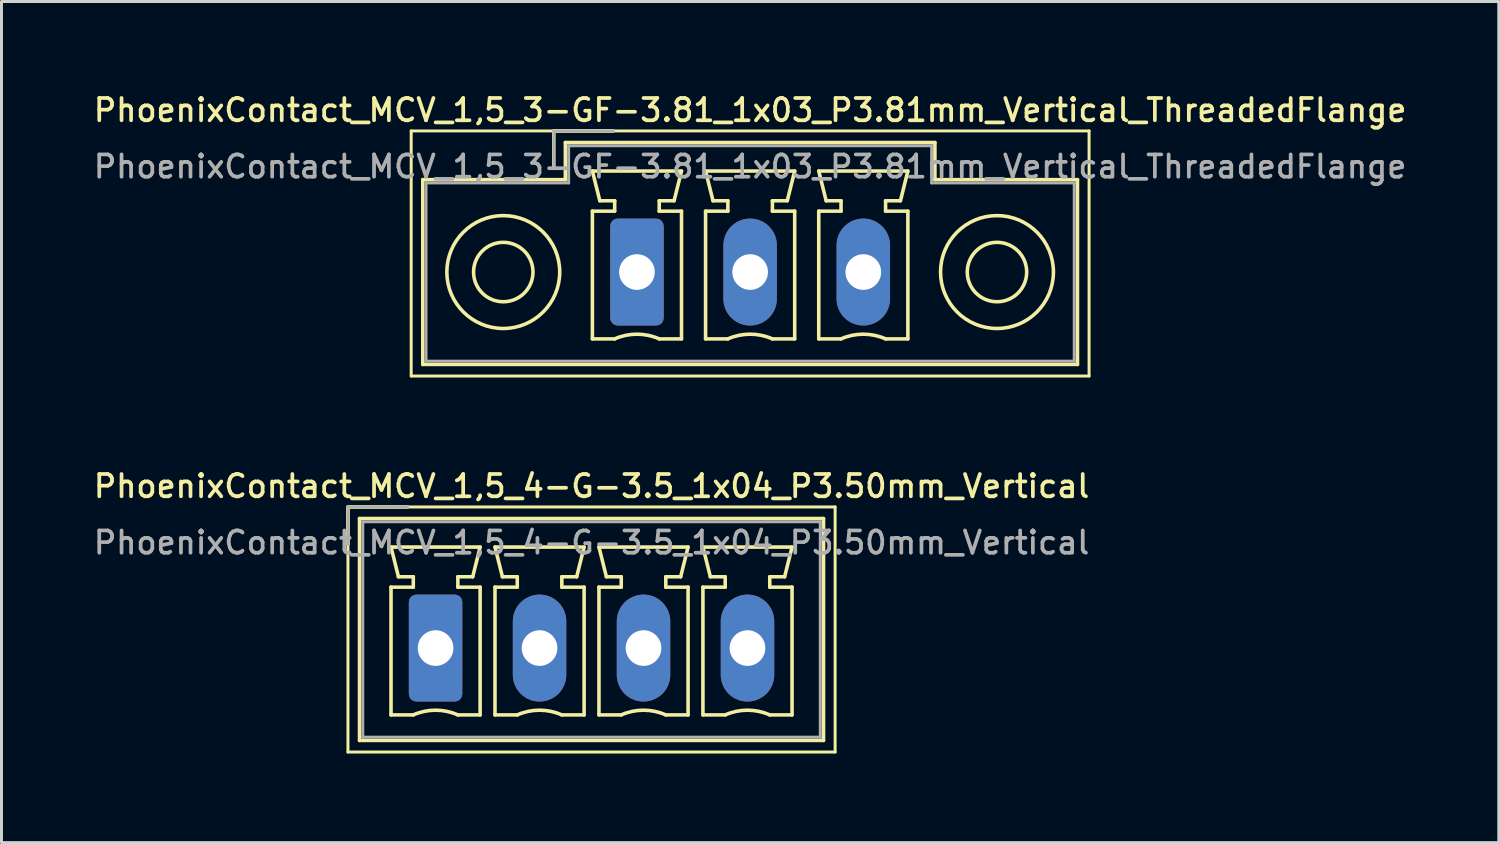
<source format=kicad_pcb>
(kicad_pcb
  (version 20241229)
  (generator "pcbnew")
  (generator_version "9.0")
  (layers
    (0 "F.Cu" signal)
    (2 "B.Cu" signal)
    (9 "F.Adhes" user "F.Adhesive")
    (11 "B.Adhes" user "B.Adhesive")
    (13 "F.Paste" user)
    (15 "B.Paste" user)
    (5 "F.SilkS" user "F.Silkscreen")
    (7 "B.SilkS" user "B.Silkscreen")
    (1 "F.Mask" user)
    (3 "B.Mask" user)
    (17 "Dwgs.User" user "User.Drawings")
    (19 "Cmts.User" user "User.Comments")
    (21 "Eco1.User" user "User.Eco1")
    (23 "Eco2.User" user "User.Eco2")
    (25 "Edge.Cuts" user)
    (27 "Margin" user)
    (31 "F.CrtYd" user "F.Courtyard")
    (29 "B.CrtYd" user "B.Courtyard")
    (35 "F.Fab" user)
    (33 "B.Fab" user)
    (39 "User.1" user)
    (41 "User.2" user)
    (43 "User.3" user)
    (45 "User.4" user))
  (footprint "PhoenixContact_MCV_1,5_3-GF-3.81_1x03_P3.81mm_Vertical_ThreadedFlange"
    (layer "F.Cu")
    (at 18.392 6.108)
    (property "Reference" "PhoenixContact_MCV_1,5_3-GF-3.81_1x03_P3.81mm_Vertical_ThreadedFlange" (at 3.81 -5.45 0) (layer "F.SilkS") (effects (font (size 0.75 0.75) (thickness 0.125))))
    (attr through_hole)
    (fp_line (start -7.6 -4.75) (end -7.6 3.5) (stroke (width 0.1) (type solid)) (layer "F.SilkS"))
    (fp_line (start -7.6 3.5) (end 15.22 3.5) (stroke (width 0.1) (type solid)) (layer "F.SilkS"))
    (fp_line (start -7.21 -3.11) (end -7.21 3.11) (stroke (width 0.12) (type solid)) (layer "F.SilkS"))
    (fp_line (start -7.21 3.11) (end 14.83 3.11) (stroke (width 0.12) (type solid)) (layer "F.SilkS"))
    (fp_line (start -2.8 -4.75) (end -0.8 -4.75) (stroke (width 0.12) (type solid)) (layer "F.SilkS"))
    (fp_line (start -2.8 -3.5) (end -2.8 -4.75) (stroke (width 0.12) (type solid)) (layer "F.SilkS"))
    (fp_line (start -2.41 -4.36) (end -2.41 -3.11) (stroke (width 0.12) (type solid)) (layer "F.SilkS"))
    (fp_line (start -2.41 -3.11) (end -7.21 -3.11) (stroke (width 0.12) (type solid)) (layer "F.SilkS"))
    (fp_line (start -1.5 -3.4) (end 1.5 -3.4) (stroke (width 0.12) (type solid)) (layer "F.SilkS"))
    (fp_line (start -1.5 -2.05) (end -0.75 -2.05) (stroke (width 0.12) (type solid)) (layer "F.SilkS"))
    (fp_line (start -1.5 2.25) (end -1.5 -2.05) (stroke (width 0.12) (type solid)) (layer "F.SilkS"))
    (fp_line (start -1.25 -2.4) (end -1.5 -3.4) (stroke (width 0.12) (type solid)) (layer "F.SilkS"))
    (fp_line (start -0.75 -2.4) (end -1.25 -2.4) (stroke (width 0.12) (type solid)) (layer "F.SilkS"))
    (fp_line (start -0.75 -2.05) (end -0.75 -2.4) (stroke (width 0.12) (type solid)) (layer "F.SilkS"))
    (fp_line (start -0.75 2.25) (end -1.5 2.25) (stroke (width 0.12) (type solid)) (layer "F.SilkS"))
    (fp_line (start 0.75 -2.4) (end 0.75 -2.05) (stroke (width 0.12) (type solid)) (layer "F.SilkS"))
    (fp_line (start 0.75 -2.05) (end 1.5 -2.05) (stroke (width 0.12) (type solid)) (layer "F.SilkS"))
    (fp_line (start 1.25 -2.4) (end 0.75 -2.4) (stroke (width 0.12) (type solid)) (layer "F.SilkS"))
    (fp_line (start 1.5 -3.4) (end 1.25 -2.4) (stroke (width 0.12) (type solid)) (layer "F.SilkS"))
    (fp_line (start 1.5 -2.05) (end 1.5 2.25) (stroke (width 0.12) (type solid)) (layer "F.SilkS"))
    (fp_line (start 1.5 2.25) (end 0.75 2.25) (stroke (width 0.12) (type solid)) (layer "F.SilkS"))
    (fp_line (start 2.31 -3.4) (end 5.31 -3.4) (stroke (width 0.12) (type solid)) (layer "F.SilkS"))
    (fp_line (start 2.31 -2.05) (end 3.06 -2.05) (stroke (width 0.12) (type solid)) (layer "F.SilkS"))
    (fp_line (start 2.31 2.25) (end 2.31 -2.05) (stroke (width 0.12) (type solid)) (layer "F.SilkS"))
    (fp_line (start 2.56 -2.4) (end 2.31 -3.4) (stroke (width 0.12) (type solid)) (layer "F.SilkS"))
    (fp_line (start 3.06 -2.4) (end 2.56 -2.4) (stroke (width 0.12) (type solid)) (layer "F.SilkS"))
    (fp_line (start 3.06 -2.05) (end 3.06 -2.4) (stroke (width 0.12) (type solid)) (layer "F.SilkS"))
    (fp_line (start 3.06 2.25) (end 2.31 2.25) (stroke (width 0.12) (type solid)) (layer "F.SilkS"))
    (fp_line (start 4.56 -2.4) (end 4.56 -2.05) (stroke (width 0.12) (type solid)) (layer "F.SilkS"))
    (fp_line (start 4.56 -2.05) (end 5.31 -2.05) (stroke (width 0.12) (type solid)) (layer "F.SilkS"))
    (fp_line (start 5.06 -2.4) (end 4.56 -2.4) (stroke (width 0.12) (type solid)) (layer "F.SilkS"))
    (fp_line (start 5.31 -3.4) (end 5.06 -2.4) (stroke (width 0.12) (type solid)) (layer "F.SilkS"))
    (fp_line (start 5.31 -2.05) (end 5.31 2.25) (stroke (width 0.12) (type solid)) (layer "F.SilkS"))
    (fp_line (start 5.31 2.25) (end 4.56 2.25) (stroke (width 0.12) (type solid)) (layer "F.SilkS"))
    (fp_line (start 6.12 -3.4) (end 9.12 -3.4) (stroke (width 0.12) (type solid)) (layer "F.SilkS"))
    (fp_line (start 6.12 -2.05) (end 6.87 -2.05) (stroke (width 0.12) (type solid)) (layer "F.SilkS"))
    (fp_line (start 6.12 2.25) (end 6.12 -2.05) (stroke (width 0.12) (type solid)) (layer "F.SilkS"))
    (fp_line (start 6.37 -2.4) (end 6.12 -3.4) (stroke (width 0.12) (type solid)) (layer "F.SilkS"))
    (fp_line (start 6.87 -2.4) (end 6.37 -2.4) (stroke (width 0.12) (type solid)) (layer "F.SilkS"))
    (fp_line (start 6.87 -2.05) (end 6.87 -2.4) (stroke (width 0.12) (type solid)) (layer "F.SilkS"))
    (fp_line (start 6.87 2.25) (end 6.12 2.25) (stroke (width 0.12) (type solid)) (layer "F.SilkS"))
    (fp_line (start 8.37 -2.4) (end 8.37 -2.05) (stroke (width 0.12) (type solid)) (layer "F.SilkS"))
    (fp_line (start 8.37 -2.05) (end 9.12 -2.05) (stroke (width 0.12) (type solid)) (layer "F.SilkS"))
    (fp_line (start 8.87 -2.4) (end 8.37 -2.4) (stroke (width 0.12) (type solid)) (layer "F.SilkS"))
    (fp_line (start 9.12 -3.4) (end 8.87 -2.4) (stroke (width 0.12) (type solid)) (layer "F.SilkS"))
    (fp_line (start 9.12 -2.05) (end 9.12 2.25) (stroke (width 0.12) (type solid)) (layer "F.SilkS"))
    (fp_line (start 9.12 2.25) (end 8.37 2.25) (stroke (width 0.12) (type solid)) (layer "F.SilkS"))
    (fp_line (start 10.03 -4.36) (end -2.41 -4.36) (stroke (width 0.12) (type solid)) (layer "F.SilkS"))
    (fp_line (start 10.03 -3.11) (end 10.03 -4.36) (stroke (width 0.12) (type solid)) (layer "F.SilkS"))
    (fp_line (start 14.83 -3.11) (end 10.03 -3.11) (stroke (width 0.12) (type solid)) (layer "F.SilkS"))
    (fp_line (start 14.83 3.11) (end 14.83 -3.11) (stroke (width 0.12) (type solid)) (layer "F.SilkS"))
    (fp_line (start 15.22 -4.75) (end -7.6 -4.75) (stroke (width 0.1) (type solid)) (layer "F.SilkS"))
    (fp_line (start 15.22 3.5) (end 15.22 -4.75) (stroke (width 0.1) (type solid)) (layer "F.SilkS"))
    (fp_arc (start -0.75 2.25) (mid -0.000193 2.09191) (end 0.749647 2.249844) (stroke (width 0.12) (type solid)) (layer "F.SilkS"))
    (fp_arc (start 3.06 2.25) (mid 3.809807 2.09191) (end 4.559647 2.249844) (stroke (width 0.12) (type solid)) (layer "F.SilkS"))
    (fp_arc (start 6.87 2.25) (mid 7.619807 2.09191) (end 8.369647 2.249844) (stroke (width 0.12) (type solid)) (layer "F.SilkS"))
    (fp_circle (center -4.5 0) (end -3.5 0) (stroke (width 0.12) (type solid)) (fill no) (layer "F.SilkS"))
    (fp_circle (center -4.5 0) (end -2.6 0) (stroke (width 0.12) (type solid)) (fill no) (layer "F.SilkS"))
    (fp_circle (center 12.12 0) (end 13.12 0) (stroke (width 0.12) (type solid)) (fill no) (layer "F.SilkS"))
    (fp_circle (center 12.12 0) (end 14.02 0) (stroke (width 0.12) (type solid)) (fill no) (layer "F.SilkS"))
    (fp_line (start -7.1 -3) (end -7.1 3) (stroke (width 0.1) (type solid)) (layer "F.Fab"))
    (fp_line (start -7.1 3) (end 14.72 3) (stroke (width 0.1) (type solid)) (layer "F.Fab"))
    (fp_line (start -2.8 -4.75) (end -0.8 -4.75) (stroke (width 0.1) (type solid)) (layer "F.Fab"))
    (fp_line (start -2.8 -3.5) (end -2.8 -4.75) (stroke (width 0.1) (type solid)) (layer "F.Fab"))
    (fp_line (start -2.3 -4.25) (end -2.3 -3) (stroke (width 0.1) (type solid)) (layer "F.Fab"))
    (fp_line (start -2.3 -3) (end -7.1 -3) (stroke (width 0.1) (type solid)) (layer "F.Fab"))
    (fp_line (start 9.92 -4.25) (end -2.3 -4.25) (stroke (width 0.1) (type solid)) (layer "F.Fab"))
    (fp_line (start 9.92 -3) (end 9.92 -4.25) (stroke (width 0.1) (type solid)) (layer "F.Fab"))
    (fp_line (start 14.72 -3) (end 9.92 -3) (stroke (width 0.1) (type solid)) (layer "F.Fab"))
    (fp_line (start 14.72 3) (end 14.72 -3) (stroke (width 0.1) (type solid)) (layer "F.Fab"))
    (fp_text user "${REFERENCE}" (at 3.81 -3.55 0) (layer "F.Fab") (effects (font (size 0.75 0.75) (thickness 0.125))))
    (pad "1" thru_hole roundrect (at 0 0) (size 1.8 3.6) (drill 1.2) (layers "*.Cu" "*.Mask") (roundrect_rratio 0.139))
    (pad "2" thru_hole oval (at 3.81 0) (size 1.8 3.6) (drill 1.2) (layers "*.Cu" "*.Mask"))
    (pad "3" thru_hole oval (at 7.62 0) (size 1.8 3.6) (drill 1.2) (layers "*.Cu" "*.Mask")))
  (footprint "PhoenixContact_MCV_1,5_4-G-3.5_1x04_P3.50mm_Vertical"
    (layer "F.Cu")
    (at 11.613 18.766)
    (property "Reference" "PhoenixContact_MCV_1,5_4-G-3.5_1x04_P3.50mm_Vertical" (at 5.25 -5.45 0) (layer "F.SilkS") (effects (font (size 0.75 0.75) (thickness 0.125))))
    (attr through_hole)
    (fp_line (start -2.95 -4.75) (end -2.95 3.5) (stroke (width 0.1) (type solid)) (layer "F.SilkS"))
    (fp_line (start -2.95 -4.75) (end -0.95 -4.75) (stroke (width 0.12) (type solid)) (layer "F.SilkS"))
    (fp_line (start -2.95 -3.5) (end -2.95 -4.75) (stroke (width 0.12) (type solid)) (layer "F.SilkS"))
    (fp_line (start -2.95 3.5) (end 13.45 3.5) (stroke (width 0.1) (type solid)) (layer "F.SilkS"))
    (fp_line (start -2.56 -4.36) (end -2.56 3.11) (stroke (width 0.12) (type solid)) (layer "F.SilkS"))
    (fp_line (start -2.56 3.11) (end 13.06 3.11) (stroke (width 0.12) (type solid)) (layer "F.SilkS"))
    (fp_line (start -1.5 -3.4) (end 1.5 -3.4) (stroke (width 0.12) (type solid)) (layer "F.SilkS"))
    (fp_line (start -1.5 -2.05) (end -0.75 -2.05) (stroke (width 0.12) (type solid)) (layer "F.SilkS"))
    (fp_line (start -1.5 2.25) (end -1.5 -2.05) (stroke (width 0.12) (type solid)) (layer "F.SilkS"))
    (fp_line (start -1.25 -2.4) (end -1.5 -3.4) (stroke (width 0.12) (type solid)) (layer "F.SilkS"))
    (fp_line (start -0.75 -2.4) (end -1.25 -2.4) (stroke (width 0.12) (type solid)) (layer "F.SilkS"))
    (fp_line (start -0.75 -2.05) (end -0.75 -2.4) (stroke (width 0.12) (type solid)) (layer "F.SilkS"))
    (fp_line (start -0.75 2.25) (end -1.5 2.25) (stroke (width 0.12) (type solid)) (layer "F.SilkS"))
    (fp_line (start 0.75 -2.4) (end 0.75 -2.05) (stroke (width 0.12) (type solid)) (layer "F.SilkS"))
    (fp_line (start 0.75 -2.05) (end 1.5 -2.05) (stroke (width 0.12) (type solid)) (layer "F.SilkS"))
    (fp_line (start 1.25 -2.4) (end 0.75 -2.4) (stroke (width 0.12) (type solid)) (layer "F.SilkS"))
    (fp_line (start 1.5 -3.4) (end 1.25 -2.4) (stroke (width 0.12) (type solid)) (layer "F.SilkS"))
    (fp_line (start 1.5 -2.05) (end 1.5 2.25) (stroke (width 0.12) (type solid)) (layer "F.SilkS"))
    (fp_line (start 1.5 2.25) (end 0.75 2.25) (stroke (width 0.12) (type solid)) (layer "F.SilkS"))
    (fp_line (start 2 -3.4) (end 5 -3.4) (stroke (width 0.12) (type solid)) (layer "F.SilkS"))
    (fp_line (start 2 -2.05) (end 2.75 -2.05) (stroke (width 0.12) (type solid)) (layer "F.SilkS"))
    (fp_line (start 2 2.25) (end 2 -2.05) (stroke (width 0.12) (type solid)) (layer "F.SilkS"))
    (fp_line (start 2.25 -2.4) (end 2 -3.4) (stroke (width 0.12) (type solid)) (layer "F.SilkS"))
    (fp_line (start 2.75 -2.4) (end 2.25 -2.4) (stroke (width 0.12) (type solid)) (layer "F.SilkS"))
    (fp_line (start 2.75 -2.05) (end 2.75 -2.4) (stroke (width 0.12) (type solid)) (layer "F.SilkS"))
    (fp_line (start 2.75 2.25) (end 2 2.25) (stroke (width 0.12) (type solid)) (layer "F.SilkS"))
    (fp_line (start 4.25 -2.4) (end 4.25 -2.05) (stroke (width 0.12) (type solid)) (layer "F.SilkS"))
    (fp_line (start 4.25 -2.05) (end 5 -2.05) (stroke (width 0.12) (type solid)) (layer "F.SilkS"))
    (fp_line (start 4.75 -2.4) (end 4.25 -2.4) (stroke (width 0.12) (type solid)) (layer "F.SilkS"))
    (fp_line (start 5 -3.4) (end 4.75 -2.4) (stroke (width 0.12) (type solid)) (layer "F.SilkS"))
    (fp_line (start 5 -2.05) (end 5 2.25) (stroke (width 0.12) (type solid)) (layer "F.SilkS"))
    (fp_line (start 5 2.25) (end 4.25 2.25) (stroke (width 0.12) (type solid)) (layer "F.SilkS"))
    (fp_line (start 5.5 -3.4) (end 8.5 -3.4) (stroke (width 0.12) (type solid)) (layer "F.SilkS"))
    (fp_line (start 5.5 -2.05) (end 6.25 -2.05) (stroke (width 0.12) (type solid)) (layer "F.SilkS"))
    (fp_line (start 5.5 2.25) (end 5.5 -2.05) (stroke (width 0.12) (type solid)) (layer "F.SilkS"))
    (fp_line (start 5.75 -2.4) (end 5.5 -3.4) (stroke (width 0.12) (type solid)) (layer "F.SilkS"))
    (fp_line (start 6.25 -2.4) (end 5.75 -2.4) (stroke (width 0.12) (type solid)) (layer "F.SilkS"))
    (fp_line (start 6.25 -2.05) (end 6.25 -2.4) (stroke (width 0.12) (type solid)) (layer "F.SilkS"))
    (fp_line (start 6.25 2.25) (end 5.5 2.25) (stroke (width 0.12) (type solid)) (layer "F.SilkS"))
    (fp_line (start 7.75 -2.4) (end 7.75 -2.05) (stroke (width 0.12) (type solid)) (layer "F.SilkS"))
    (fp_line (start 7.75 -2.05) (end 8.5 -2.05) (stroke (width 0.12) (type solid)) (layer "F.SilkS"))
    (fp_line (start 8.25 -2.4) (end 7.75 -2.4) (stroke (width 0.12) (type solid)) (layer "F.SilkS"))
    (fp_line (start 8.5 -3.4) (end 8.25 -2.4) (stroke (width 0.12) (type solid)) (layer "F.SilkS"))
    (fp_line (start 8.5 -2.05) (end 8.5 2.25) (stroke (width 0.12) (type solid)) (layer "F.SilkS"))
    (fp_line (start 8.5 2.25) (end 7.75 2.25) (stroke (width 0.12) (type solid)) (layer "F.SilkS"))
    (fp_line (start 9 -3.4) (end 12 -3.4) (stroke (width 0.12) (type solid)) (layer "F.SilkS"))
    (fp_line (start 9 -2.05) (end 9.75 -2.05) (stroke (width 0.12) (type solid)) (layer "F.SilkS"))
    (fp_line (start 9 2.25) (end 9 -2.05) (stroke (width 0.12) (type solid)) (layer "F.SilkS"))
    (fp_line (start 9.25 -2.4) (end 9 -3.4) (stroke (width 0.12) (type solid)) (layer "F.SilkS"))
    (fp_line (start 9.75 -2.4) (end 9.25 -2.4) (stroke (width 0.12) (type solid)) (layer "F.SilkS"))
    (fp_line (start 9.75 -2.05) (end 9.75 -2.4) (stroke (width 0.12) (type solid)) (layer "F.SilkS"))
    (fp_line (start 9.75 2.25) (end 9 2.25) (stroke (width 0.12) (type solid)) (layer "F.SilkS"))
    (fp_line (start 11.25 -2.4) (end 11.25 -2.05) (stroke (width 0.12) (type solid)) (layer "F.SilkS"))
    (fp_line (start 11.25 -2.05) (end 12 -2.05) (stroke (width 0.12) (type solid)) (layer "F.SilkS"))
    (fp_line (start 11.75 -2.4) (end 11.25 -2.4) (stroke (width 0.12) (type solid)) (layer "F.SilkS"))
    (fp_line (start 12 -3.4) (end 11.75 -2.4) (stroke (width 0.12) (type solid)) (layer "F.SilkS"))
    (fp_line (start 12 -2.05) (end 12 2.25) (stroke (width 0.12) (type solid)) (layer "F.SilkS"))
    (fp_line (start 12 2.25) (end 11.25 2.25) (stroke (width 0.12) (type solid)) (layer "F.SilkS"))
    (fp_line (start 13.06 -4.36) (end -2.56 -4.36) (stroke (width 0.12) (type solid)) (layer "F.SilkS"))
    (fp_line (start 13.06 3.11) (end 13.06 -4.36) (stroke (width 0.12) (type solid)) (layer "F.SilkS"))
    (fp_line (start 13.45 -4.75) (end -2.95 -4.75) (stroke (width 0.1) (type solid)) (layer "F.SilkS"))
    (fp_line (start 13.45 3.5) (end 13.45 -4.75) (stroke (width 0.1) (type solid)) (layer "F.SilkS"))
    (fp_arc (start -0.75 2.25) (mid -0.000193 2.09191) (end 0.749647 2.249844) (stroke (width 0.12) (type solid)) (layer "F.SilkS"))
    (fp_arc (start 2.75 2.25) (mid 3.499807 2.09191) (end 4.249647 2.249844) (stroke (width 0.12) (type solid)) (layer "F.SilkS"))
    (fp_arc (start 6.25 2.25) (mid 6.999807 2.09191) (end 7.749647 2.249844) (stroke (width 0.12) (type solid)) (layer "F.SilkS"))
    (fp_arc (start 9.75 2.25) (mid 10.499807 2.09191) (end 11.249647 2.249844) (stroke (width 0.12) (type solid)) (layer "F.SilkS"))
    (fp_line (start -2.95 -4.75) (end -0.95 -4.75) (stroke (width 0.1) (type solid)) (layer "F.Fab"))
    (fp_line (start -2.95 -3.5) (end -2.95 -4.75) (stroke (width 0.1) (type solid)) (layer "F.Fab"))
    (fp_line (start -2.45 -4.25) (end -2.45 3) (stroke (width 0.1) (type solid)) (layer "F.Fab"))
    (fp_line (start -2.45 3) (end 12.95 3) (stroke (width 0.1) (type solid)) (layer "F.Fab"))
    (fp_line (start 12.95 -4.25) (end -2.45 -4.25) (stroke (width 0.1) (type solid)) (layer "F.Fab"))
    (fp_line (start 12.95 3) (end 12.95 -4.25) (stroke (width 0.1) (type solid)) (layer "F.Fab"))
    (fp_text user "${REFERENCE}" (at 5.25 -3.55 0) (layer "F.Fab") (effects (font (size 0.75 0.75) (thickness 0.125))))
    (pad "1" thru_hole roundrect (at 0 0) (size 1.8 3.6) (drill 1.2) (layers "*.Cu" "*.Mask") (roundrect_rratio 0.139))
    (pad "2" thru_hole oval (at 3.5 0) (size 1.8 3.6) (drill 1.2) (layers "*.Cu" "*.Mask"))
    (pad "3" thru_hole oval (at 7 0) (size 1.8 3.6) (drill 1.2) (layers "*.Cu" "*.Mask"))
    (pad "4" thru_hole oval (at 10.5 0) (size 1.8 3.6) (drill 1.2) (layers "*.Cu" "*.Mask")))
  (gr_rect
    (start -3 -3)
    (end 47.404 25.316)
    (stroke (width 0.1) (type default))
    (fill no)
    (layer "Edge.Cuts")))
</source>
